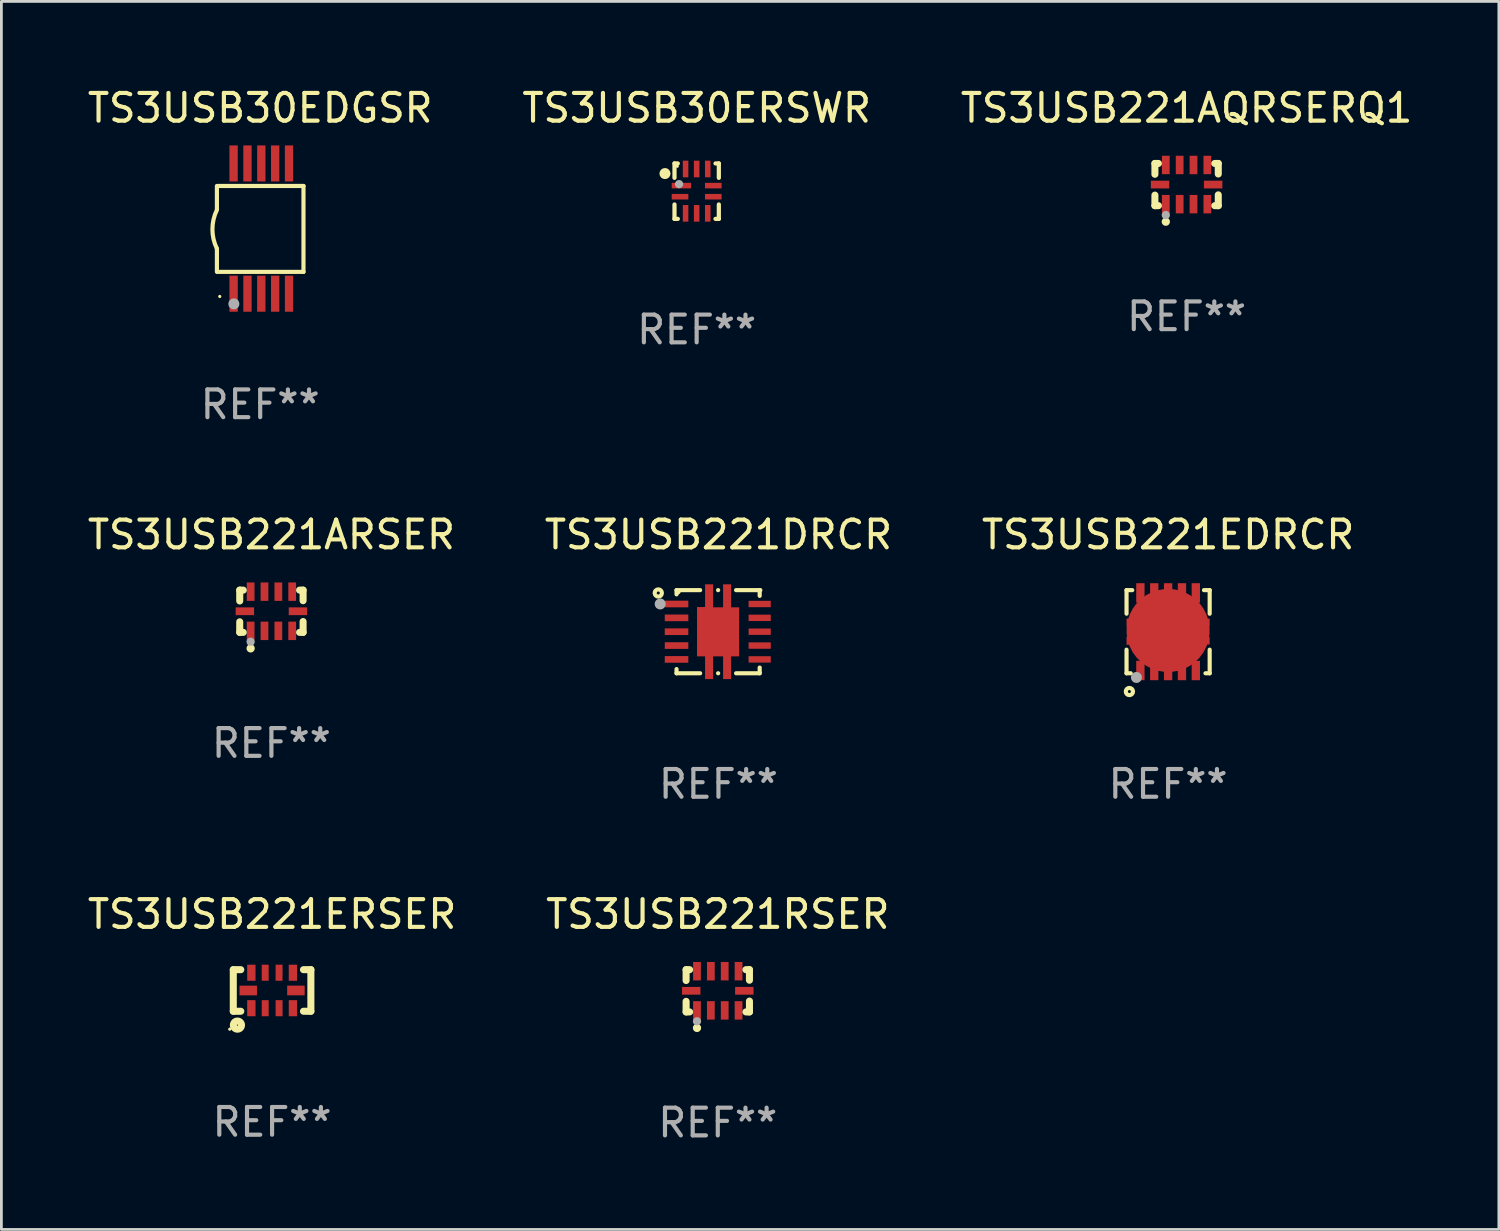
<source format=kicad_pcb>
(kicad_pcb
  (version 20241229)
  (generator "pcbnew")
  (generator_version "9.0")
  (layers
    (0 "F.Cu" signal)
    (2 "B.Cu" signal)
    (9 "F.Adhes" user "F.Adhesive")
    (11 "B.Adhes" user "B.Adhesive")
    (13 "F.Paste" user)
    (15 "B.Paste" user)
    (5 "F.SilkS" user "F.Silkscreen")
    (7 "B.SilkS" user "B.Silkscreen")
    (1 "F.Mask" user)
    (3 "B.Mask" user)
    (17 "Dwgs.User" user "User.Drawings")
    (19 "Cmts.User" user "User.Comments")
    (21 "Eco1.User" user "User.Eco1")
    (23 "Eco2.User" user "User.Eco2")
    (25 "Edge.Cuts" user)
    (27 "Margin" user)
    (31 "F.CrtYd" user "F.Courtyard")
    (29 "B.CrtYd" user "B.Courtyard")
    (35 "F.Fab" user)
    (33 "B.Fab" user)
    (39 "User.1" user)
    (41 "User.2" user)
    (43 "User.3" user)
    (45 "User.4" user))
  (footprint "TS3USB221DRCR"
    (layer "F.Cu")
    (at 22.875 19.745)
    (property "Reference" "TS3USB221DRCR" (at 0 -3.5 0) (layer "F.SilkS") (effects (font (size 1 1) (thickness 0.15))))
    (attr through_hole)
    (fp_line (start -1.512 -1.5) (end -1.512 -1.349) (stroke (width 0.15) (type solid)) (layer "F.SilkS"))
    (fp_line (start -1.512 -1.5) (end -0.661 -1.5) (stroke (width 0.15) (type solid)) (layer "F.SilkS"))
    (fp_line (start -1.512 1.349) (end -1.512 1.5) (stroke (width 0.15) (type solid)) (layer "F.SilkS"))
    (fp_line (start -0.661 1.5) (end -1.512 1.5) (stroke (width 0.15) (type solid)) (layer "F.SilkS"))
    (fp_line (start -0.013 -1.5) (end -0.011 -1.5) (stroke (width 0.15) (type solid)) (layer "F.SilkS"))
    (fp_line (start -0.011 1.5) (end -0.013 1.5) (stroke (width 0.15) (type solid)) (layer "F.SilkS"))
    (fp_line (start 0.637 -1.5) (end 1.512 -1.5) (stroke (width 0.15) (type solid)) (layer "F.SilkS"))
    (fp_line (start 1.488 -1.5) (end 1.488 -1.294) (stroke (width 0.15) (type solid)) (layer "F.SilkS"))
    (fp_line (start 1.488 1.294) (end 1.488 1.5) (stroke (width 0.15) (type solid)) (layer "F.SilkS"))
    (fp_line (start 1.488 1.5) (end 0.637 1.5) (stroke (width 0.15) (type solid)) (layer "F.SilkS"))
    (fp_circle (center -2.171 -1.397) (end -2.116 -1.397) (stroke (width 0.15) (type solid)) (fill no) (layer "F.SilkS"))
    (fp_circle (center -1.462 -1.445) (end -1.412 -1.445) (stroke (width 0.1) (type solid)) (fill no) (layer "F.SilkS"))
    (fp_circle (center -2.102 -1.001) (end -2.002 -1.001) (stroke (width 0.2) (type solid)) (fill no) (layer "F.Fab"))
    (fp_text user "REF**" (at 0 5.5 0) (layer "F.Fab") (effects (font (size 1 1) (thickness 0.15))))
    (pad "1" smd rect (at -1.512 -1 270) (size 0.24 0.85) (layers "F.Cu" "F.Mask" "F.Paste"))
    (pad "2" smd rect (at -1.512 -0.5 270) (size 0.24 0.85) (layers "F.Cu" "F.Mask" "F.Paste"))
    (pad "3" smd rect (at -1.512 0.000025 270) (size 0.24 0.85) (layers "F.Cu" "F.Mask" "F.Paste"))
    (pad "4" smd rect (at -1.512 0.5 270) (size 0.24 0.85) (layers "F.Cu" "F.Mask" "F.Paste"))
    (pad "5" smd rect (at -1.512 1 90) (size 0.24 0.85) (layers "F.Cu" "F.Mask" "F.Paste"))
    (pad "6" smd rect (at 1.488 1 90) (size 0.23 0.8) (layers "F.Cu" "F.Mask" "F.Paste"))
    (pad "7" smd rect (at 1.488 0.5 90) (size 0.23 0.8) (layers "F.Cu" "F.Mask" "F.Paste"))
    (pad "8" smd rect (at 1.488 0.000025 90) (size 0.23 0.8) (layers "F.Cu" "F.Mask" "F.Paste"))
    (pad "9" smd rect (at 1.488 -0.5 270) (size 0.23 0.8) (layers "F.Cu" "F.Mask" "F.Paste"))
    (pad "10" smd rect (at 1.488 -1 270) (size 0.23 0.8) (layers "F.Cu" "F.Mask" "F.Paste"))
    (pad "11" smd custom (at -0.012 0.005) (size 1.52 3.42) (layers "F.Cu" "F.Mask" "F.Paste") (options (anchor circle)) (primitives (gr_poly (pts (xy -0.76 -0.895) (xy -0.47 -0.895) (xy -0.47 -1.715) (xy -0.18 -1.715) (xy -0.18 -0.885) (xy 0.18 -0.885) (xy 0.18 -1.715) (xy 0.47 -1.715) (xy 0.47 -0.885) (xy 0.76 -0.885) (xy 0.76 0.885) (xy 0.47 0.885) (xy 0.47 1.705) (xy 0.18 1.705) (xy 0.18 0.885) (xy -0.18 0.885) (xy -0.18 1.705) (xy -0.47 1.705) (xy -0.47 0.885) (xy -0.76 0.885) (xy -0.76 -0.895) (xy -0.76 -0.895)) (width 0) (fill yes)))))
  (footprint "TS3USB221ERSER"
    (layer "F.Cu")
    (at 6.768 32.691)
    (property "Reference" "TS3USB221ERSER" (at 0 -2.75 0) (layer "F.SilkS") (effects (font (size 1 1) (thickness 0.15))))
    (attr through_hole)
    (fp_line (start -1.4 0.75) (end -1.129 0.75) (stroke (width 0.254) (type solid)) (layer "F.SilkS"))
    (fp_line (start -1.4 -0.75) (end -1.4 0.75) (stroke (width 0.254) (type solid)) (layer "F.SilkS"))
    (fp_line (start -1.4 -0.75) (end -1.129 -0.75) (stroke (width 0.254) (type solid)) (layer "F.SilkS"))
    (fp_line (start 1.133 -0.75) (end 1.4 -0.75) (stroke (width 0.254) (type solid)) (layer "F.SilkS"))
    (fp_line (start 1.133 0.75) (end 1.4 0.75) (stroke (width 0.254) (type solid)) (layer "F.SilkS"))
    (fp_line (start 1.4 -0.75) (end 1.4 0.75) (stroke (width 0.254) (type solid)) (layer "F.SilkS"))
    (fp_circle (center -1.527 1.397) (end -1.497 1.397) (stroke (width 0.06) (type solid)) (fill no) (layer "F.SilkS"))
    (fp_circle (center -1.25 1.25) (end -1.23 1.25) (stroke (width 0.254) (type solid)) (fill no) (layer "F.SilkS"))
    (fp_text user "REF**" (at 0 4.75 0) (layer "F.Fab") (effects (font (size 1 1) (thickness 0.15))))
    (pad "1" smd rect (at -0.748 0.64) (size 0.3 0.58) (layers "F.Cu" "F.Mask" "F.Paste"))
    (pad "2" smd rect (at -0.248 0.64) (size 0.25 0.58) (layers "F.Cu" "F.Mask" "F.Paste"))
    (pad "3" smd rect (at 0.252 0.64) (size 0.25 0.58) (layers "F.Cu" "F.Mask" "F.Paste"))
    (pad "4" smd rect (at 0.752 0.64) (size 0.3 0.58) (layers "F.Cu" "F.Mask" "F.Paste"))
    (pad "5" smd rect (at 0.86 -0.000038 90) (size 0.35 0.63) (layers "F.Cu" "F.Mask" "F.Paste"))
    (pad "6" smd rect (at 0.752 -0.64 180) (size 0.3 0.58) (layers "F.Cu" "F.Mask" "F.Paste"))
    (pad "7" smd rect (at 0.252 -0.64 180) (size 0.25 0.58) (layers "F.Cu" "F.Mask" "F.Paste"))
    (pad "8" smd rect (at -0.248 -0.64 180) (size 0.25 0.58) (layers "F.Cu" "F.Mask" "F.Paste"))
    (pad "9" smd rect (at -0.748 -0.64 180) (size 0.3 0.58) (layers "F.Cu" "F.Mask" "F.Paste"))
    (pad "10" smd rect (at -0.86 0.001 270) (size 0.35 0.63) (layers "F.Cu" "F.Mask" "F.Paste")))
  (footprint "TS3USB30EDGSR"
    (layer "F.Cu")
    (at 6.339 5.198)
    (property "Reference" "TS3USB30EDGSR" (at 0 -4.35 0) (layer "F.SilkS") (effects (font (size 1 1) (thickness 0.15))))
    (attr through_hole)
    (fp_line (start -1.562 -1.537) (end -1.562 -0.698) (stroke (width 0.15) (type solid)) (layer "F.SilkS"))
    (fp_line (start -1.562 0.724) (end -1.562 1.562) (stroke (width 0.15) (type solid)) (layer "F.SilkS"))
    (fp_line (start -1.538 -1.537) (end 1.562 -1.537) (stroke (width 0.15) (type solid)) (layer "F.SilkS"))
    (fp_line (start -1.538 1.562) (end 1.562 1.562) (stroke (width 0.15) (type solid)) (layer "F.SilkS"))
    (fp_line (start 1.562 1.564) (end 1.562 -1.537) (stroke (width 0.15) (type solid)) (layer "F.SilkS"))
    (fp_arc (start -1.562103 0.724079) (mid -1.723579 0.025578) (end -1.562103 -0.672924) (stroke (width 0.150013) (type solid)) (layer "F.SilkS"))
    (fp_circle (center -1.459 2.45) (end -1.429 2.45) (stroke (width 0.06) (type solid)) (fill no) (layer "F.SilkS"))
    (fp_circle (center -0.95 2.718) (end -0.85 2.718) (stroke (width 0.2) (type solid)) (fill no) (layer "F.Fab"))
    (fp_text user "REF**" (at 0 6.35 0) (layer "F.Fab") (effects (font (size 1 1) (thickness 0.15))))
    (pad "1" smd rect (at -0.959 2.35) (size 0.3 1.3) (layers "F.Cu" "F.Mask" "F.Paste"))
    (pad "2" smd rect (at -0.459 2.35) (size 0.3 1.3) (layers "F.Cu" "F.Mask" "F.Paste"))
    (pad "3" smd rect (at 0.04 2.35) (size 0.3 1.3) (layers "F.Cu" "F.Mask" "F.Paste"))
    (pad "4" smd rect (at 0.541 2.35) (size 0.3 1.3) (layers "F.Cu" "F.Mask" "F.Paste"))
    (pad "5" smd rect (at 1.041 2.35) (size 0.3 1.3) (layers "F.Cu" "F.Mask" "F.Paste"))
    (pad "6" smd rect (at 1.04 -2.35) (size 0.3 1.3) (layers "F.Cu" "F.Mask" "F.Paste"))
    (pad "7" smd rect (at 0.541 -2.35) (size 0.3 1.3) (layers "F.Cu" "F.Mask" "F.Paste"))
    (pad "8" smd rect (at 0.041 -2.35) (size 0.3 1.3) (layers "F.Cu" "F.Mask" "F.Paste"))
    (pad "9" smd rect (at -0.459 -2.35) (size 0.3 1.3) (layers "F.Cu" "F.Mask" "F.Paste"))
    (pad "10" smd rect (at -0.96 -2.35) (size 0.3 1.3) (layers "F.Cu" "F.Mask" "F.Paste")))
  (footprint "TS3USB221RSER"
    (layer "F.Cu")
    (at 22.851 32.703)
    (property "Reference" "TS3USB221RSER" (at 0 -2.762 0) (layer "F.SilkS") (effects (font (size 1 1) (thickness 0.15))))
    (attr through_hole)
    (fp_line (start -1.143 -0.762) (end -1.143 -0.371) (stroke (width 0.254) (type solid)) (layer "F.SilkS"))
    (fp_line (start -1.143 -0.762) (end -1.016 -0.762) (stroke (width 0.254) (type solid)) (layer "F.SilkS"))
    (fp_line (start -1.143 0.762) (end -1.143 0.381) (stroke (width 0.254) (type solid)) (layer "F.SilkS"))
    (fp_line (start -1.143 0.762) (end -1.016 0.762) (stroke (width 0.254) (type solid)) (layer "F.SilkS"))
    (fp_line (start 1.143 -0.762) (end 1.016 -0.762) (stroke (width 0.254) (type solid)) (layer "F.SilkS"))
    (fp_line (start 1.143 -0.762) (end 1.143 -0.381) (stroke (width 0.254) (type solid)) (layer "F.SilkS"))
    (fp_line (start 1.143 0.762) (end 1.016 0.762) (stroke (width 0.254) (type solid)) (layer "F.SilkS"))
    (fp_line (start 1.143 0.762) (end 1.143 0.371) (stroke (width 0.254) (type solid)) (layer "F.SilkS"))
    (fp_circle (center -1.05 0.8) (end -1.02 0.8) (stroke (width 0.06) (type solid)) (fill no) (layer "F.SilkS"))
    (fp_circle (center -0.75 1.34) (end -0.675 1.34) (stroke (width 0.15) (type solid)) (fill no) (layer "F.SilkS"))
    (fp_circle (center -0.75 1.1) (end -0.675 1.1) (stroke (width 0.15) (type solid)) (fill no) (layer "F.Fab"))
    (fp_text user "REF**" (at 0 4.762 0) (layer "F.Fab") (effects (font (size 1 1) (thickness 0.15))))
    (pad "1" smd rect (at -0.75 0.707) (size 0.28 0.665) (layers "F.Cu" "F.Mask" "F.Paste"))
    (pad "2" smd rect (at -0.25 0.707) (size 0.28 0.665) (layers "F.Cu" "F.Mask" "F.Paste"))
    (pad "3" smd rect (at 0.25 0.707) (size 0.28 0.665) (layers "F.Cu" "F.Mask" "F.Paste"))
    (pad "4" smd rect (at 0.75 0.707) (size 0.28 0.665) (layers "F.Cu" "F.Mask" "F.Paste"))
    (pad "5" smd rect (at 0.958 -0.000013) (size 0.665 0.28) (layers "F.Cu" "F.Mask" "F.Paste"))
    (pad "6" smd rect (at 0.75 -0.707) (size 0.28 0.665) (layers "F.Cu" "F.Mask" "F.Paste"))
    (pad "7" smd rect (at 0.25 -0.707) (size 0.28 0.665) (layers "F.Cu" "F.Mask" "F.Paste"))
    (pad "8" smd rect (at -0.25 -0.707) (size 0.28 0.665) (layers "F.Cu" "F.Mask" "F.Paste"))
    (pad "9" smd rect (at -0.75 -0.707) (size 0.28 0.665) (layers "F.Cu" "F.Mask" "F.Paste"))
    (pad "10" smd rect (at -0.958 -0.000013) (size 0.665 0.28) (layers "F.Cu" "F.Mask" "F.Paste")))
  (footprint "TS3USB221EDRCR"
    (layer "F.Cu")
    (at 39.101 19.745)
    (property "Reference" "TS3USB221EDRCR" (at 0 -3.5 0) (layer "F.SilkS") (effects (font (size 1 1) (thickness 0.15))))
    (attr through_hole)
    (fp_line (start -1.5 -1.5) (end -1.5 -0.651) (stroke (width 0.15) (type solid)) (layer "F.SilkS"))
    (fp_line (start -1.5 -1.5) (end -1.294 -1.5) (stroke (width 0.15) (type solid)) (layer "F.SilkS"))
    (fp_line (start -1.5 1.5) (end -1.5 0.649) (stroke (width 0.15) (type solid)) (layer "F.SilkS"))
    (fp_line (start -1.5 1.5) (end -1.349 1.5) (stroke (width 0.15) (type solid)) (layer "F.SilkS"))
    (fp_line (start 1.294 -1.5) (end 1.5 -1.5) (stroke (width 0.15) (type solid)) (layer "F.SilkS"))
    (fp_line (start 1.349 1.5) (end 1.5 1.5) (stroke (width 0.15) (type solid)) (layer "F.SilkS"))
    (fp_line (start 1.5 -1.5) (end 1.5 -0.649) (stroke (width 0.15) (type solid)) (layer "F.SilkS"))
    (fp_line (start 1.5 0.649) (end 1.5 1.5) (stroke (width 0.15) (type solid)) (layer "F.SilkS"))
    (fp_circle (center -1.5 1.5) (end -1.47 1.5) (stroke (width 0.06) (type solid)) (fill no) (layer "F.SilkS"))
    (fp_circle (center -1.397 2.159) (end -1.342 2.159) (stroke (width 0.15) (type solid)) (fill no) (layer "F.SilkS"))
    (fp_circle (center -1.143 1.651) (end -1.043 1.651) (stroke (width 0.2) (type solid)) (fill no) (layer "F.Fab"))
    (fp_text user "REF**" (at 0 5.5 0) (layer "F.Fab") (effects (font (size 1 1) (thickness 0.15))))
    (pad "1" smd rect (at -1 1.4) (size 0.3 0.7) (layers "F.Cu" "F.Mask" "F.Paste"))
    (pad "2" smd rect (at -0.5 1.4) (size 0.3 0.7) (layers "F.Cu" "F.Mask" "F.Paste"))
    (pad "3" smd rect (at 0 1.4) (size 0.3 0.7) (layers "F.Cu" "F.Mask" "F.Paste"))
    (pad "4" smd rect (at 0.5 1.4) (size 0.3 0.7) (layers "F.Cu" "F.Mask" "F.Paste"))
    (pad "5" smd rect (at 1 1.4 180) (size 0.3 0.7) (layers "F.Cu" "F.Mask" "F.Paste"))
    (pad "6" smd rect (at 1 -1.4 180) (size 0.3 0.7) (layers "F.Cu" "F.Mask" "F.Paste"))
    (pad "7" smd rect (at 0.5 -1.4 180) (size 0.3 0.7) (layers "F.Cu" "F.Mask" "F.Paste"))
    (pad "8" smd rect (at 0 -1.4 180) (size 0.3 0.7) (layers "F.Cu" "F.Mask" "F.Paste"))
    (pad "9" smd rect (at -0.5 -1.4) (size 0.3 0.7) (layers "F.Cu" "F.Mask" "F.Paste"))
    (pad "10" smd rect (at -1 -1.4) (size 0.3 0.7) (layers "F.Cu" "F.Mask" "F.Paste"))
    (pad "11" smd custom (at 0 -0.045) (size 3 1.616) (layers "F.Cu" "F.Mask" "F.Paste") (options (anchor circle)) (primitives (gr_poly (pts (xy -1.5 -0.427) (xy -1.2 -0.427) (xy -1.2 -0.805) (xy 1.2 -0.805) (xy 1.2 -0.425) (xy 1.5 -0.425) (xy 1.5 -0.158) (xy 1.2 -0.153) (xy 1.2 0.238) (xy 1.2 0.242) (xy 1.5 0.242) (xy 1.5 0.233) (xy 1.5 0.505) (xy 1.2 0.506) (xy 1.2 0.811) (xy -1.2 0.798) (xy -1.2 0.517) (xy -1.5 0.517) (xy -1.5 0.219) (xy -1.2 0.219) (xy -1.2 -0.14) (xy -1.5 -0.143)) (width 0) (fill yes)))))
  (footprint "TS3USB221AQRSERQ1"
    (layer "F.Cu")
    (at 39.768 3.61)
    (property "Reference" "TS3USB221AQRSERQ1" (at 0 -2.762 0) (layer "F.SilkS") (effects (font (size 1 1) (thickness 0.15))))
    (attr through_hole)
    (fp_line (start -1.143 -0.762) (end -1.143 -0.371) (stroke (width 0.254) (type solid)) (layer "F.SilkS"))
    (fp_line (start -1.143 -0.762) (end -1.016 -0.762) (stroke (width 0.254) (type solid)) (layer "F.SilkS"))
    (fp_line (start -1.143 0.762) (end -1.143 0.381) (stroke (width 0.254) (type solid)) (layer "F.SilkS"))
    (fp_line (start -1.143 0.762) (end -1.016 0.762) (stroke (width 0.254) (type solid)) (layer "F.SilkS"))
    (fp_line (start 1.143 -0.762) (end 1.016 -0.762) (stroke (width 0.254) (type solid)) (layer "F.SilkS"))
    (fp_line (start 1.143 -0.762) (end 1.143 -0.381) (stroke (width 0.254) (type solid)) (layer "F.SilkS"))
    (fp_line (start 1.143 0.762) (end 1.016 0.762) (stroke (width 0.254) (type solid)) (layer "F.SilkS"))
    (fp_line (start 1.143 0.762) (end 1.143 0.371) (stroke (width 0.254) (type solid)) (layer "F.SilkS"))
    (fp_circle (center -1.05 0.8) (end -1.02 0.8) (stroke (width 0.06) (type solid)) (fill no) (layer "F.SilkS"))
    (fp_circle (center -0.75 1.34) (end -0.675 1.34) (stroke (width 0.15) (type solid)) (fill no) (layer "F.SilkS"))
    (fp_circle (center -0.75 1.1) (end -0.675 1.1) (stroke (width 0.15) (type solid)) (fill no) (layer "F.Fab"))
    (fp_text user "REF**" (at 0 4.762 0) (layer "F.Fab") (effects (font (size 1 1) (thickness 0.15))))
    (pad "1" smd rect (at -0.75 0.707) (size 0.28 0.665) (layers "F.Cu" "F.Mask" "F.Paste"))
    (pad "2" smd rect (at -0.25 0.707) (size 0.28 0.665) (layers "F.Cu" "F.Mask" "F.Paste"))
    (pad "3" smd rect (at 0.25 0.707) (size 0.28 0.665) (layers "F.Cu" "F.Mask" "F.Paste"))
    (pad "4" smd rect (at 0.75 0.707) (size 0.28 0.665) (layers "F.Cu" "F.Mask" "F.Paste"))
    (pad "5" smd rect (at 0.958 -0.000013) (size 0.665 0.28) (layers "F.Cu" "F.Mask" "F.Paste"))
    (pad "6" smd rect (at 0.75 -0.707) (size 0.28 0.665) (layers "F.Cu" "F.Mask" "F.Paste"))
    (pad "7" smd rect (at 0.25 -0.707) (size 0.28 0.665) (layers "F.Cu" "F.Mask" "F.Paste"))
    (pad "8" smd rect (at -0.25 -0.707) (size 0.28 0.665) (layers "F.Cu" "F.Mask" "F.Paste"))
    (pad "9" smd rect (at -0.75 -0.707) (size 0.28 0.665) (layers "F.Cu" "F.Mask" "F.Paste"))
    (pad "10" smd rect (at -0.958 -0.000013) (size 0.665 0.28) (layers "F.Cu" "F.Mask" "F.Paste")))
  (footprint "TS3USB221ARSER"
    (layer "F.Cu")
    (at 6.744 19.007)
    (property "Reference" "TS3USB221ARSER" (at 0 -2.762 0) (layer "F.SilkS") (effects (font (size 1 1) (thickness 0.15))))
    (attr through_hole)
    (fp_line (start -1.143 -0.762) (end -1.143 -0.371) (stroke (width 0.254) (type solid)) (layer "F.SilkS"))
    (fp_line (start -1.143 -0.762) (end -1.016 -0.762) (stroke (width 0.254) (type solid)) (layer "F.SilkS"))
    (fp_line (start -1.143 0.762) (end -1.143 0.381) (stroke (width 0.254) (type solid)) (layer "F.SilkS"))
    (fp_line (start -1.143 0.762) (end -1.016 0.762) (stroke (width 0.254) (type solid)) (layer "F.SilkS"))
    (fp_line (start 1.143 -0.762) (end 1.016 -0.762) (stroke (width 0.254) (type solid)) (layer "F.SilkS"))
    (fp_line (start 1.143 -0.762) (end 1.143 -0.381) (stroke (width 0.254) (type solid)) (layer "F.SilkS"))
    (fp_line (start 1.143 0.762) (end 1.016 0.762) (stroke (width 0.254) (type solid)) (layer "F.SilkS"))
    (fp_line (start 1.143 0.762) (end 1.143 0.371) (stroke (width 0.254) (type solid)) (layer "F.SilkS"))
    (fp_circle (center -1.05 0.8) (end -1.02 0.8) (stroke (width 0.06) (type solid)) (fill no) (layer "F.SilkS"))
    (fp_circle (center -0.75 1.34) (end -0.675 1.34) (stroke (width 0.15) (type solid)) (fill no) (layer "F.SilkS"))
    (fp_circle (center -0.75 1.1) (end -0.675 1.1) (stroke (width 0.15) (type solid)) (fill no) (layer "F.Fab"))
    (fp_text user "REF**" (at 0 4.762 0) (layer "F.Fab") (effects (font (size 1 1) (thickness 0.15))))
    (pad "1" smd rect (at -0.75 0.707) (size 0.28 0.665) (layers "F.Cu" "F.Mask" "F.Paste"))
    (pad "2" smd rect (at -0.25 0.707) (size 0.28 0.665) (layers "F.Cu" "F.Mask" "F.Paste"))
    (pad "3" smd rect (at 0.25 0.707) (size 0.28 0.665) (layers "F.Cu" "F.Mask" "F.Paste"))
    (pad "4" smd rect (at 0.75 0.707) (size 0.28 0.665) (layers "F.Cu" "F.Mask" "F.Paste"))
    (pad "5" smd rect (at 0.958 -0.000013) (size 0.665 0.28) (layers "F.Cu" "F.Mask" "F.Paste"))
    (pad "6" smd rect (at 0.75 -0.707) (size 0.28 0.665) (layers "F.Cu" "F.Mask" "F.Paste"))
    (pad "7" smd rect (at 0.25 -0.707) (size 0.28 0.665) (layers "F.Cu" "F.Mask" "F.Paste"))
    (pad "8" smd rect (at -0.25 -0.707) (size 0.28 0.665) (layers "F.Cu" "F.Mask" "F.Paste"))
    (pad "9" smd rect (at -0.75 -0.707) (size 0.28 0.665) (layers "F.Cu" "F.Mask" "F.Paste"))
    (pad "10" smd rect (at -0.958 -0.000013) (size 0.665 0.28) (layers "F.Cu" "F.Mask" "F.Paste")))
  (footprint "TS3USB30ERSWR"
    (layer "F.Cu")
    (at 22.089 3.848)
    (property "Reference" "TS3USB30ERSWR" (at 0 -3 0) (layer "F.SilkS") (effects (font (size 1 1) (thickness 0.15))))
    (attr through_hole)
    (fp_line (start -0.8 -1) (end -0.68 -1) (stroke (width 0.152) (type solid)) (layer "F.SilkS"))
    (fp_line (start -0.8 -0.48) (end -0.8 -1) (stroke (width 0.152) (type solid)) (layer "F.SilkS"))
    (fp_line (start -0.8 1) (end -0.8 0.48) (stroke (width 0.152) (type solid)) (layer "F.SilkS"))
    (fp_line (start -0.68 1) (end -0.8 1) (stroke (width 0.152) (type solid)) (layer "F.SilkS"))
    (fp_line (start 0.68 -1) (end 0.8 -1) (stroke (width 0.152) (type solid)) (layer "F.SilkS"))
    (fp_line (start 0.8 -1) (end 0.8 -0.48) (stroke (width 0.152) (type solid)) (layer "F.SilkS"))
    (fp_line (start 0.8 0.48) (end 0.8 1) (stroke (width 0.152) (type solid)) (layer "F.SilkS"))
    (fp_line (start 0.8 1) (end 0.68 1) (stroke (width 0.152) (type solid)) (layer "F.SilkS"))
    (fp_circle (center -1.143 -0.635) (end -1.043 -0.635) (stroke (width 0.2) (type solid)) (fill no) (layer "F.SilkS"))
    (fp_circle (center -0.7 -0.9) (end -0.67 -0.9) (stroke (width 0.06) (type solid)) (fill no) (layer "F.SilkS"))
    (fp_circle (center -0.635 -0.254) (end -0.56 -0.254) (stroke (width 0.15) (type solid)) (fill no) (layer "F.Fab"))
    (fp_text user "REF**" (at 0 5 0) (layer "F.Fab") (effects (font (size 1 1) (thickness 0.15))))
    (pad "1" smd rect (at -0.55 -0.2) (size 0.7 0.2) (layers "F.Cu" "F.Mask" "F.Paste"))
    (pad "2" smd rect (at -0.6 0.2) (size 0.6 0.2) (layers "F.Cu" "F.Mask" "F.Paste"))
    (pad "3" smd rect (at -0.4 0.8) (size 0.2 0.6) (layers "F.Cu" "F.Mask" "F.Paste"))
    (pad "4" smd rect (at 0 0.8) (size 0.2 0.6) (layers "F.Cu" "F.Mask" "F.Paste"))
    (pad "5" smd rect (at 0.4 0.8) (size 0.2 0.6) (layers "F.Cu" "F.Mask" "F.Paste"))
    (pad "6" smd rect (at 0.6 0.2) (size 0.6 0.2) (layers "F.Cu" "F.Mask" "F.Paste"))
    (pad "7" smd rect (at 0.6 -0.2) (size 0.6 0.2) (layers "F.Cu" "F.Mask" "F.Paste"))
    (pad "8" smd rect (at 0.4 -0.8) (size 0.2 0.6) (layers "F.Cu" "F.Mask" "F.Paste"))
    (pad "9" smd rect (at 0 -0.8) (size 0.2 0.6) (layers "F.Cu" "F.Mask" "F.Paste"))
    (pad "10" smd rect (at -0.4 -0.8) (size 0.2 0.6) (layers "F.Cu" "F.Mask" "F.Paste")))
  (gr_rect
    (start -3 -3)
    (end 51.036 41.314)
    (stroke (width 0.1) (type default))
    (fill no)
    (layer "Edge.Cuts")))
</source>
